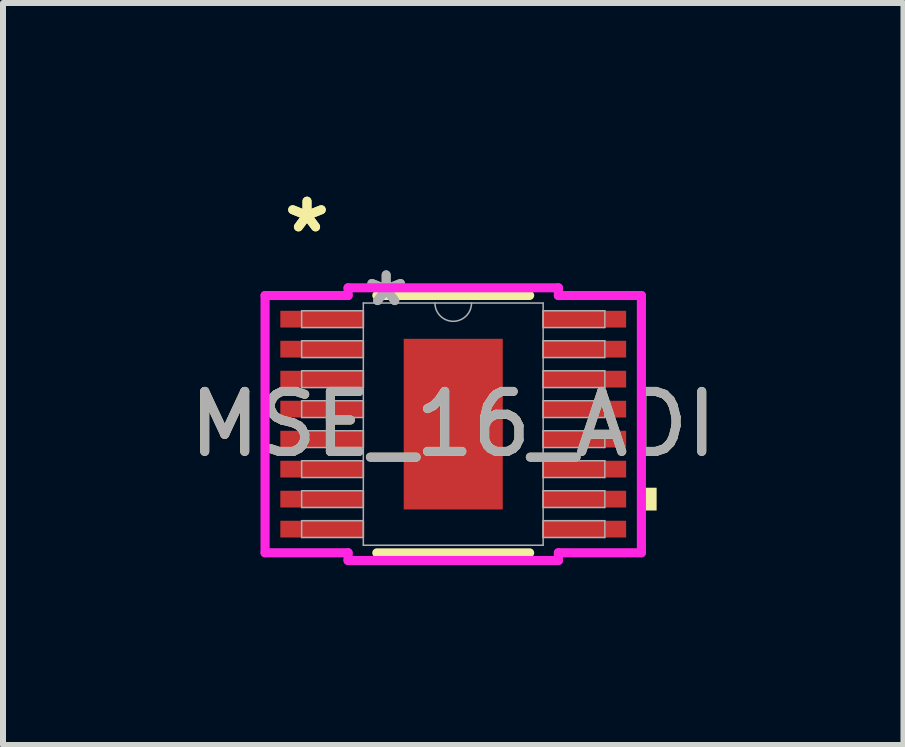
<source format=kicad_pcb>
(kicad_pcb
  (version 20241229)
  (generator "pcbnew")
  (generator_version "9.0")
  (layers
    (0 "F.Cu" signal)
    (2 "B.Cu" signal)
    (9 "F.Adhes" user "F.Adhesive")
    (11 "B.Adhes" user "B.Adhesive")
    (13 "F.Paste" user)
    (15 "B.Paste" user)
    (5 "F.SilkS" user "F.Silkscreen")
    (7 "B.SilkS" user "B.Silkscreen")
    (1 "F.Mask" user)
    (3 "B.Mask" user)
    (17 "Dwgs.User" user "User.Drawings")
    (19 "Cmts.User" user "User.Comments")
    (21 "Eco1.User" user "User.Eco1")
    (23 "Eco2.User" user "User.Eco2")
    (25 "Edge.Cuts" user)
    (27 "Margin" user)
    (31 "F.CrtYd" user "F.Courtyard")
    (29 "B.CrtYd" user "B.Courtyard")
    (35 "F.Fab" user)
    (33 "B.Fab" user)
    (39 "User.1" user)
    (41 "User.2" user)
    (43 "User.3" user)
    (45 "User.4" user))
  (footprint "MSE_16_ADI"
    (layer "F.Cu")
    (at 4.506 4.021)
    (property "Reference" "MSE_16_ADI" (at 0 0 0) (unlocked yes) (layer "F.SilkS") (effects (font (size 1 1) (thickness 0.15))))
    (attr smd)
    (fp_line (start -1.274 2.146) (end 1.274 2.146) (stroke (width 0.152) (type solid)) (layer "F.SilkS"))
    (fp_line (start 1.274 -2.146) (end -1.274 -2.146) (stroke (width 0.152) (type solid)) (layer "F.SilkS"))
    (fp_poly (pts (xy 3.391 1.06) (xy 3.391 1.44) (xy 3.137 1.44) (xy 3.137 1.06)) (stroke (width 0) (type solid)) (fill yes) (layer "F.SilkS"))
    (fp_poly (pts (xy -0.726 -1.322) (xy -0.726 -0.1) (xy 0.726 -0.1) (xy 0.726 -1.322)) (stroke (width 0) (type solid)) (fill yes) (layer "F.Paste"))
    (fp_poly (pts (xy -0.726 0.1) (xy -0.726 1.322) (xy 0.726 1.322) (xy 0.726 0.1)) (stroke (width 0) (type solid)) (fill yes) (layer "F.Paste"))
    (fp_line (start -3.137 -2.144) (end -1.753 -2.144) (stroke (width 0.152) (type solid)) (layer "F.CrtYd"))
    (fp_line (start -3.137 2.144) (end -3.137 -2.144) (stroke (width 0.152) (type solid)) (layer "F.CrtYd"))
    (fp_line (start -3.137 2.144) (end -1.753 2.144) (stroke (width 0.152) (type solid)) (layer "F.CrtYd"))
    (fp_line (start -1.753 -2.273) (end 1.753 -2.273) (stroke (width 0.152) (type solid)) (layer "F.CrtYd"))
    (fp_line (start -1.753 -2.144) (end -1.753 -2.273) (stroke (width 0.152) (type solid)) (layer "F.CrtYd"))
    (fp_line (start -1.753 2.273) (end -1.753 2.144) (stroke (width 0.152) (type solid)) (layer "F.CrtYd"))
    (fp_line (start 1.753 -2.273) (end 1.753 -2.144) (stroke (width 0.152) (type solid)) (layer "F.CrtYd"))
    (fp_line (start 1.753 2.144) (end 1.753 2.273) (stroke (width 0.152) (type solid)) (layer "F.CrtYd"))
    (fp_line (start 1.753 2.273) (end -1.753 2.273) (stroke (width 0.152) (type solid)) (layer "F.CrtYd"))
    (fp_line (start 3.137 -2.144) (end 1.753 -2.144) (stroke (width 0.152) (type solid)) (layer "F.CrtYd"))
    (fp_line (start 3.137 -2.144) (end 3.137 2.144) (stroke (width 0.152) (type solid)) (layer "F.CrtYd"))
    (fp_line (start 3.137 2.144) (end 1.753 2.144) (stroke (width 0.152) (type solid)) (layer "F.CrtYd"))
    (fp_line (start -2.527 -1.89) (end -2.527 -1.61) (stroke (width 0.025) (type solid)) (layer "F.Fab"))
    (fp_line (start -2.527 -1.61) (end -1.499 -1.61) (stroke (width 0.025) (type solid)) (layer "F.Fab"))
    (fp_line (start -2.527 -1.39) (end -2.527 -1.11) (stroke (width 0.025) (type solid)) (layer "F.Fab"))
    (fp_line (start -2.527 -1.11) (end -1.499 -1.11) (stroke (width 0.025) (type solid)) (layer "F.Fab"))
    (fp_line (start -2.527 -0.89) (end -2.527 -0.61) (stroke (width 0.025) (type solid)) (layer "F.Fab"))
    (fp_line (start -2.527 -0.61) (end -1.499 -0.61) (stroke (width 0.025) (type solid)) (layer "F.Fab"))
    (fp_line (start -2.527 -0.39) (end -2.527 -0.11) (stroke (width 0.025) (type solid)) (layer "F.Fab"))
    (fp_line (start -2.527 -0.11) (end -1.499 -0.11) (stroke (width 0.025) (type solid)) (layer "F.Fab"))
    (fp_line (start -2.527 0.11) (end -2.527 0.39) (stroke (width 0.025) (type solid)) (layer "F.Fab"))
    (fp_line (start -2.527 0.39) (end -1.499 0.39) (stroke (width 0.025) (type solid)) (layer "F.Fab"))
    (fp_line (start -2.527 0.61) (end -2.527 0.89) (stroke (width 0.025) (type solid)) (layer "F.Fab"))
    (fp_line (start -2.527 0.89) (end -1.499 0.89) (stroke (width 0.025) (type solid)) (layer "F.Fab"))
    (fp_line (start -2.527 1.11) (end -2.527 1.39) (stroke (width 0.025) (type solid)) (layer "F.Fab"))
    (fp_line (start -2.527 1.39) (end -1.499 1.39) (stroke (width 0.025) (type solid)) (layer "F.Fab"))
    (fp_line (start -2.527 1.61) (end -2.527 1.89) (stroke (width 0.025) (type solid)) (layer "F.Fab"))
    (fp_line (start -2.527 1.89) (end -1.499 1.89) (stroke (width 0.025) (type solid)) (layer "F.Fab"))
    (fp_line (start -1.499 -2.019) (end -1.499 2.019) (stroke (width 0.025) (type solid)) (layer "F.Fab"))
    (fp_line (start -1.499 -1.89) (end -2.527 -1.89) (stroke (width 0.025) (type solid)) (layer "F.Fab"))
    (fp_line (start -1.499 -1.61) (end -1.499 -1.89) (stroke (width 0.025) (type solid)) (layer "F.Fab"))
    (fp_line (start -1.499 -1.39) (end -2.527 -1.39) (stroke (width 0.025) (type solid)) (layer "F.Fab"))
    (fp_line (start -1.499 -1.11) (end -1.499 -1.39) (stroke (width 0.025) (type solid)) (layer "F.Fab"))
    (fp_line (start -1.499 -0.89) (end -2.527 -0.89) (stroke (width 0.025) (type solid)) (layer "F.Fab"))
    (fp_line (start -1.499 -0.61) (end -1.499 -0.89) (stroke (width 0.025) (type solid)) (layer "F.Fab"))
    (fp_line (start -1.499 -0.39) (end -2.527 -0.39) (stroke (width 0.025) (type solid)) (layer "F.Fab"))
    (fp_line (start -1.499 -0.11) (end -1.499 -0.39) (stroke (width 0.025) (type solid)) (layer "F.Fab"))
    (fp_line (start -1.499 0.11) (end -2.527 0.11) (stroke (width 0.025) (type solid)) (layer "F.Fab"))
    (fp_line (start -1.499 0.39) (end -1.499 0.11) (stroke (width 0.025) (type solid)) (layer "F.Fab"))
    (fp_line (start -1.499 0.61) (end -2.527 0.61) (stroke (width 0.025) (type solid)) (layer "F.Fab"))
    (fp_line (start -1.499 0.89) (end -1.499 0.61) (stroke (width 0.025) (type solid)) (layer "F.Fab"))
    (fp_line (start -1.499 1.11) (end -2.527 1.11) (stroke (width 0.025) (type solid)) (layer "F.Fab"))
    (fp_line (start -1.499 1.39) (end -1.499 1.11) (stroke (width 0.025) (type solid)) (layer "F.Fab"))
    (fp_line (start -1.499 1.61) (end -2.527 1.61) (stroke (width 0.025) (type solid)) (layer "F.Fab"))
    (fp_line (start -1.499 1.89) (end -1.499 1.61) (stroke (width 0.025) (type solid)) (layer "F.Fab"))
    (fp_line (start -1.499 2.019) (end 1.499 2.019) (stroke (width 0.025) (type solid)) (layer "F.Fab"))
    (fp_line (start 1.499 -2.019) (end -1.499 -2.019) (stroke (width 0.025) (type solid)) (layer "F.Fab"))
    (fp_line (start 1.499 -1.89) (end 1.499 -1.61) (stroke (width 0.025) (type solid)) (layer "F.Fab"))
    (fp_line (start 1.499 -1.61) (end 2.527 -1.61) (stroke (width 0.025) (type solid)) (layer "F.Fab"))
    (fp_line (start 1.499 -1.39) (end 1.499 -1.11) (stroke (width 0.025) (type solid)) (layer "F.Fab"))
    (fp_line (start 1.499 -1.11) (end 2.527 -1.11) (stroke (width 0.025) (type solid)) (layer "F.Fab"))
    (fp_line (start 1.499 -0.89) (end 1.499 -0.61) (stroke (width 0.025) (type solid)) (layer "F.Fab"))
    (fp_line (start 1.499 -0.61) (end 2.527 -0.61) (stroke (width 0.025) (type solid)) (layer "F.Fab"))
    (fp_line (start 1.499 -0.39) (end 1.499 -0.11) (stroke (width 0.025) (type solid)) (layer "F.Fab"))
    (fp_line (start 1.499 -0.11) (end 2.527 -0.11) (stroke (width 0.025) (type solid)) (layer "F.Fab"))
    (fp_line (start 1.499 0.11) (end 1.499 0.39) (stroke (width 0.025) (type solid)) (layer "F.Fab"))
    (fp_line (start 1.499 0.39) (end 2.527 0.39) (stroke (width 0.025) (type solid)) (layer "F.Fab"))
    (fp_line (start 1.499 0.61) (end 1.499 0.89) (stroke (width 0.025) (type solid)) (layer "F.Fab"))
    (fp_line (start 1.499 0.89) (end 2.527 0.89) (stroke (width 0.025) (type solid)) (layer "F.Fab"))
    (fp_line (start 1.499 1.11) (end 1.499 1.39) (stroke (width 0.025) (type solid)) (layer "F.Fab"))
    (fp_line (start 1.499 1.39) (end 2.527 1.39) (stroke (width 0.025) (type solid)) (layer "F.Fab"))
    (fp_line (start 1.499 1.61) (end 1.499 1.89) (stroke (width 0.025) (type solid)) (layer "F.Fab"))
    (fp_line (start 1.499 1.89) (end 2.527 1.89) (stroke (width 0.025) (type solid)) (layer "F.Fab"))
    (fp_line (start 1.499 2.019) (end 1.499 -2.019) (stroke (width 0.025) (type solid)) (layer "F.Fab"))
    (fp_line (start 2.527 -1.89) (end 1.499 -1.89) (stroke (width 0.025) (type solid)) (layer "F.Fab"))
    (fp_line (start 2.527 -1.61) (end 2.527 -1.89) (stroke (width 0.025) (type solid)) (layer "F.Fab"))
    (fp_line (start 2.527 -1.39) (end 1.499 -1.39) (stroke (width 0.025) (type solid)) (layer "F.Fab"))
    (fp_line (start 2.527 -1.11) (end 2.527 -1.39) (stroke (width 0.025) (type solid)) (layer "F.Fab"))
    (fp_line (start 2.527 -0.89) (end 1.499 -0.89) (stroke (width 0.025) (type solid)) (layer "F.Fab"))
    (fp_line (start 2.527 -0.61) (end 2.527 -0.89) (stroke (width 0.025) (type solid)) (layer "F.Fab"))
    (fp_line (start 2.527 -0.39) (end 1.499 -0.39) (stroke (width 0.025) (type solid)) (layer "F.Fab"))
    (fp_line (start 2.527 -0.11) (end 2.527 -0.39) (stroke (width 0.025) (type solid)) (layer "F.Fab"))
    (fp_line (start 2.527 0.11) (end 1.499 0.11) (stroke (width 0.025) (type solid)) (layer "F.Fab"))
    (fp_line (start 2.527 0.39) (end 2.527 0.11) (stroke (width 0.025) (type solid)) (layer "F.Fab"))
    (fp_line (start 2.527 0.61) (end 1.499 0.61) (stroke (width 0.025) (type solid)) (layer "F.Fab"))
    (fp_line (start 2.527 0.89) (end 2.527 0.61) (stroke (width 0.025) (type solid)) (layer "F.Fab"))
    (fp_line (start 2.527 1.11) (end 1.499 1.11) (stroke (width 0.025) (type solid)) (layer "F.Fab"))
    (fp_line (start 2.527 1.39) (end 2.527 1.11) (stroke (width 0.025) (type solid)) (layer "F.Fab"))
    (fp_line (start 2.527 1.61) (end 1.499 1.61) (stroke (width 0.025) (type solid)) (layer "F.Fab"))
    (fp_line (start 2.527 1.89) (end 2.527 1.61) (stroke (width 0.025) (type solid)) (layer "F.Fab"))
    (fp_arc (start 0.3048 -2.0193) (mid 0 -1.7145) (end -0.3048 -2.0193) (stroke (width 0.0254) (type solid)) (layer "F.Fab"))
    (fp_text user "*" (at -2.438 -3.172 0) (unlocked yes) (layer "F.SilkS") (effects (font (size 1 1) (thickness 0.15))))
    (fp_text user "*" (at -2.438 -3.172 0) (layer "F.SilkS") (effects (font (size 1 1) (thickness 0.15))))
    (fp_text user "${REFERENCE}" (at 0 0 0) (unlocked yes) (layer "F.Fab") (effects (font (size 1 1) (thickness 0.15))))
    (fp_text user "*" (at -1.118 -1.943 0) (layer "F.Fab") (effects (font (size 1 1) (thickness 0.15))))
    (fp_text user "*" (at -1.118 -1.943 0) (unlocked yes) (layer "F.Fab") (effects (font (size 1 1) (thickness 0.15))))
    (pad "1" smd rect (at -2.184 -1.75) (size 1.397 0.279) (layers "F.Cu" "F.Mask" "F.Paste"))
    (pad "2" smd rect (at -2.184 -1.25) (size 1.397 0.279) (layers "F.Cu" "F.Mask" "F.Paste"))
    (pad "3" smd rect (at -2.184 -0.75) (size 1.397 0.279) (layers "F.Cu" "F.Mask" "F.Paste"))
    (pad "4" smd rect (at -2.184 -0.25) (size 1.397 0.279) (layers "F.Cu" "F.Mask" "F.Paste"))
    (pad "5" smd rect (at -2.184 0.25) (size 1.397 0.279) (layers "F.Cu" "F.Mask" "F.Paste"))
    (pad "6" smd rect (at -2.184 0.75) (size 1.397 0.279) (layers "F.Cu" "F.Mask" "F.Paste"))
    (pad "7" smd rect (at -2.184 1.25) (size 1.397 0.279) (layers "F.Cu" "F.Mask" "F.Paste"))
    (pad "8" smd rect (at -2.184 1.75) (size 1.397 0.279) (layers "F.Cu" "F.Mask" "F.Paste"))
    (pad "9" smd rect (at 2.184 1.75) (size 1.397 0.279) (layers "F.Cu" "F.Mask" "F.Paste"))
    (pad "10" smd rect (at 2.184 1.25) (size 1.397 0.279) (layers "F.Cu" "F.Mask" "F.Paste"))
    (pad "11" smd rect (at 2.184 0.75) (size 1.397 0.279) (layers "F.Cu" "F.Mask" "F.Paste"))
    (pad "12" smd rect (at 2.184 0.25) (size 1.397 0.279) (layers "F.Cu" "F.Mask" "F.Paste"))
    (pad "13" smd rect (at 2.184 -0.25) (size 1.397 0.279) (layers "F.Cu" "F.Mask" "F.Paste"))
    (pad "14" smd rect (at 2.184 -0.75) (size 1.397 0.279) (layers "F.Cu" "F.Mask" "F.Paste"))
    (pad "15" smd rect (at 2.184 -1.25) (size 1.397 0.279) (layers "F.Cu" "F.Mask" "F.Paste"))
    (pad "16" smd rect (at 2.184 -1.75) (size 1.397 0.279) (layers "F.Cu" "F.Mask" "F.Paste"))
    (pad "EPAD" smd rect (at 0 0) (size 1.651 2.845) (layers "F.Cu" "F.Mask")))
  (gr_rect
    (start -3 -3)
    (end 12.012 9.37)
    (stroke (width 0.1) (type default))
    (fill no)
    (layer "Edge.Cuts")))
</source>
